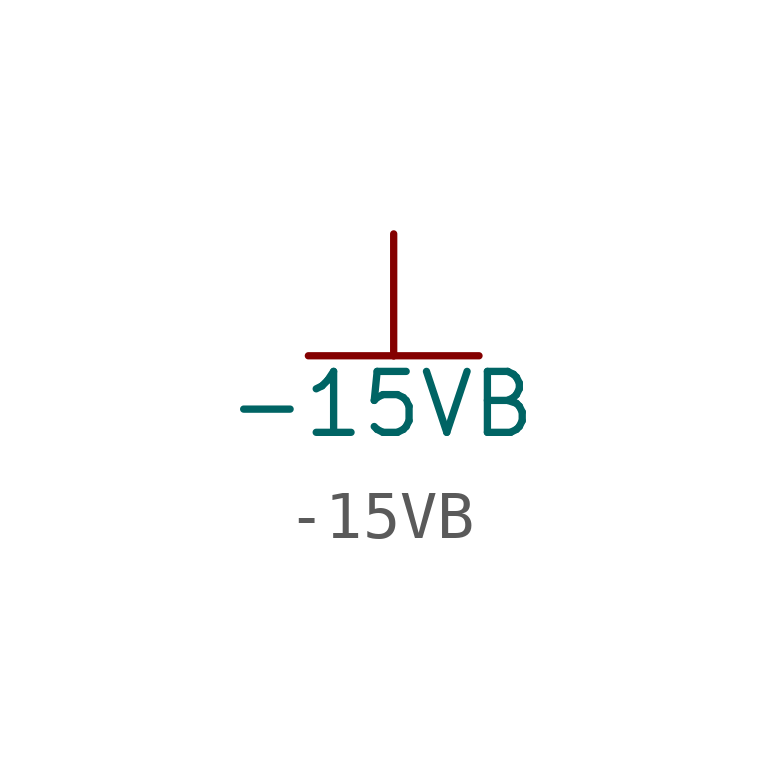
<source format=kicad_sym>
(kicad_symbol_lib
  (version 20231120)
  (generator "kicad_symbol_editor")
  (generator_version "8.0")
  (symbol "-15VB"
    (power)
    (pin_numbers hide)
    (pin_names
      (offset 0) hide)
    (property "Reference" "#PWR"
      (at 0 -7.112 0)
      (effects (font (size 1.27 1.27)) (hide yes)))
    (property "Value" "-15VB"
      (at -0.254 -3.556 0)
      (effects (font (size 1.27 1.27))))
    (property "Footprint" ""
      (at 0 0 0)
      (effects (font (size 1.524 1.524))))
    (property "Datasheet" ""
      (at 0 0 0)
      (effects (font (size 1.524 1.524))))
    (symbol "-15VB_0_1"
      (polyline (pts (xy -1.778 -2.54) (xy 0 -2.54)) (stroke (width 0) (type default)) (fill (type none)))
      (polyline (pts (xy 0 -2.54) (xy 0 0)) (stroke (width 0) (type default)) (fill (type none)))
      (polyline (pts (xy 0 -2.54) (xy 1.778 -2.54)) (stroke (width 0) (type default)) (fill (type none))))
    (symbol "-15VB_1_1"
      (pin power_in line (at 0 0 270) (length 0) hide (name "-15VB" (effects (font (size 1.27 1.27)))) (number "1" (effects (font (size 1.27 1.27))))))))
</source>
